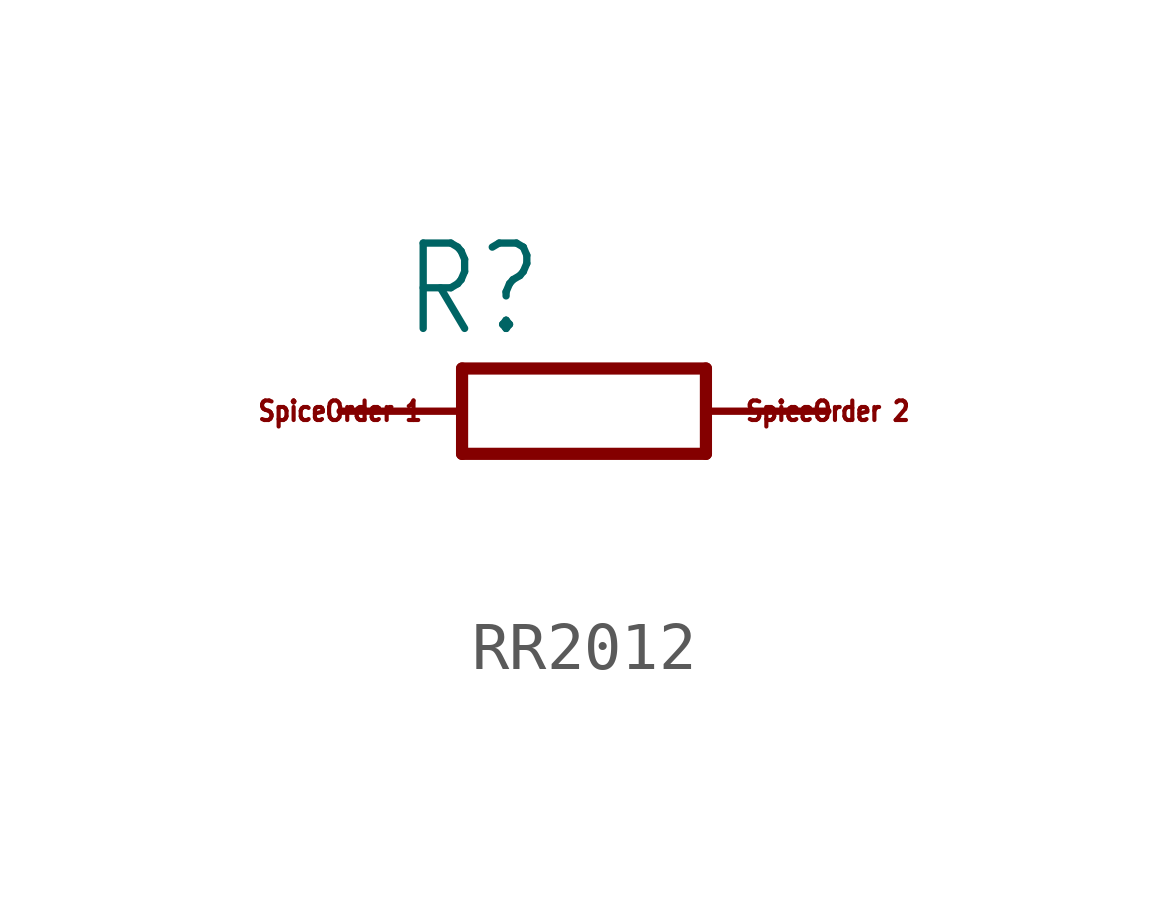
<source format=kicad_sym>
(kicad_symbol_lib
  (version 20220914)
  (generator kicad_symbol_editor)
  (symbol "RR2012"
    (property "Reference" "R"
      (at -3.81 1.499 0)
      (effects (font (size 1.778 1.511)) (justify left bottom)))
    (property "Value" ""
      (at -3.81 -3.302 0)
      (effects (font (size 1.778 1.511)) (justify left bottom)))
    (property "ki_locked" ""
      (at 0 0 0)
      (effects (font (size 1.27 1.27))))
    (symbol "RR2012_1_0"
      (polyline (pts (xy -2.54 -0.889) (xy -2.54 0.889)) (stroke (width 0.254) (type solid)) (fill (type none)))
      (polyline (pts (xy -2.54 -0.889) (xy 2.54 -0.889)) (stroke (width 0.254) (type solid)) (fill (type none)))
      (polyline (pts (xy 2.54 -0.889) (xy 2.54 0.889)) (stroke (width 0.254) (type solid)) (fill (type none)))
      (polyline (pts (xy 2.54 0.889) (xy -2.54 0.889)) (stroke (width 0.254) (type solid)) (fill (type none)))
      (text "SpiceOrder 1" (at -5.08 0 0) (effects (font (size 0.406 0.345))))
      (text "SpiceOrder 2" (at 5.08 0 0) (effects (font (size 0.406 0.345))))
      (pin passive line (at -5.08 0 0) (length 2.54) (name "1" (effects (font (size 0 0)))) (number "1" (effects (font (size 0 0)))))
      (pin passive line (at 5.08 0 180) (length 2.54) (name "2" (effects (font (size 0 0)))) (number "2" (effects (font (size 0 0))))))))
</source>
